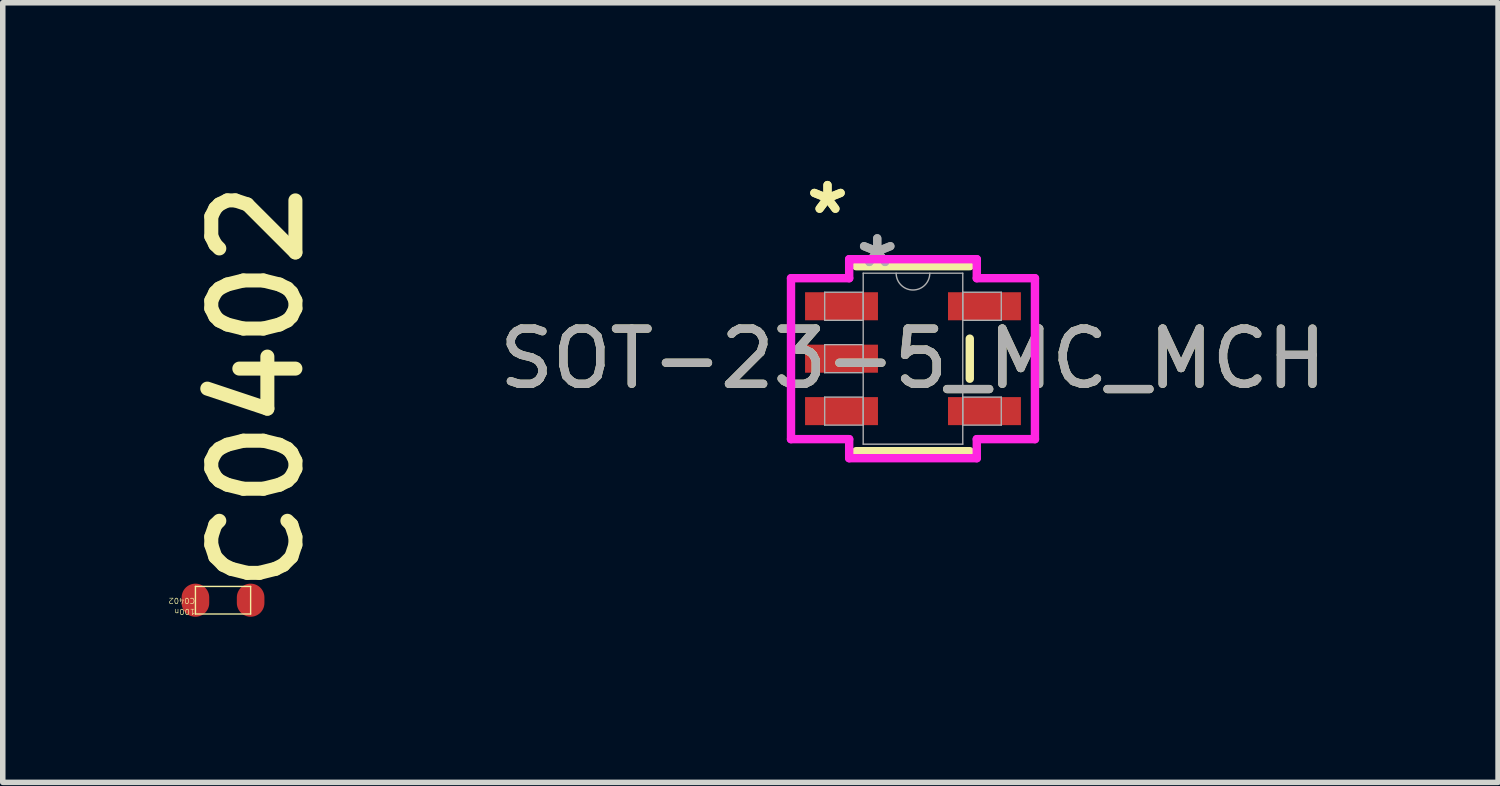
<source format=kicad_pcb>
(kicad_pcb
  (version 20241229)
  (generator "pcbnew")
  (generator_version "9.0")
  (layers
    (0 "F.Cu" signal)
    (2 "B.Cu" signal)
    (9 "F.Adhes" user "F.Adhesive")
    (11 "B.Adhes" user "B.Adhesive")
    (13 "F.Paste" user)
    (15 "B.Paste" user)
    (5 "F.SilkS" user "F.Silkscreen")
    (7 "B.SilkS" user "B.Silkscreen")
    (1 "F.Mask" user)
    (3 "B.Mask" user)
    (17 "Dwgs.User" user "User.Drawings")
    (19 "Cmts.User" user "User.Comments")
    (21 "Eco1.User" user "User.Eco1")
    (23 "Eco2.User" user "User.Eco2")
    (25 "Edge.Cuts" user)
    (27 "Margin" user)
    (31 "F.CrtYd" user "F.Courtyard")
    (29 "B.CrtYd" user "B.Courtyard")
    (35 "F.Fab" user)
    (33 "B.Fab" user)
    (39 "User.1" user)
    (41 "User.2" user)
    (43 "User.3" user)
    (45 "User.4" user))
  (footprint "C0402"
    (layer "F.Cu")
    (at 0.991 7.825)
    (property "Reference" "C0402" (at 1.511 -0.038 90) (unlocked yes) (layer "F.SilkS") (effects (font (size 1.524 1.524) (thickness 0.254)) (justify left bottom)))
    (property "Value" "100n" (at -3.035 -0.038 90) (unlocked yes) (layer "F.SilkS") (hide yes) (effects (font (size 1.524 1.524) (thickness 0.254)) (justify left bottom)))
    (fp_line (start -0.5 -0.25) (end -0.5 0.25) (stroke (width 0.025) (type solid)) (layer "F.SilkS"))
    (fp_line (start -0.5 -0.25) (end 0.5 -0.25) (stroke (width 0.025) (type solid)) (layer "F.SilkS"))
    (fp_line (start -0.5 0.25) (end 0.5 0.25) (stroke (width 0.025) (type solid)) (layer "F.SilkS"))
    (fp_line (start 0.5 -0.25) (end 0.5 0.25) (stroke (width 0.025) (type solid)) (layer "F.SilkS"))
    (fp_text user "${REFERENCE}" (at -0.5 -0.05 180) (unlocked yes) (layer "F.SilkS") (effects (font (size 0.1 0.1) (thickness 0.01)) (justify left bottom)))
    (fp_text user "${VALUE}" (at -0.5 0.15 180) (unlocked yes) (layer "F.SilkS") (effects (font (size 0.1 0.1) (thickness 0.01)) (justify left bottom)))
    (pad "1" smd oval (at -0.5 0 180) (size 0.5 0.6) (layers "F.Cu" "F.Mask" "F.Paste"))
    (pad "2" smd oval (at 0.5 0 180) (size 0.5 0.6) (layers "F.Cu" "F.Mask" "F.Paste")))
  (footprint "SOT-23-5_MC_MCH"
    (layer "F.Cu")
    (at 13.492 3.449)
    (property "Reference" "SOT-23-5_MC_MCH" (at 0 0 0) (unlocked yes) (layer "F.SilkS") (effects (font (size 1 1) (thickness 0.15))))
    (attr smd)
    (fp_line (start -1.029 1.676) (end 1.029 1.676) (stroke (width 0.152) (type solid)) (layer "F.SilkS"))
    (fp_line (start 1.029 -1.676) (end -1.029 -1.676) (stroke (width 0.152) (type solid)) (layer "F.SilkS"))
    (fp_line (start 1.029 0.363) (end 1.029 -0.363) (stroke (width 0.152) (type solid)) (layer "F.SilkS"))
    (fp_line (start -2.21 -1.458) (end -1.156 -1.458) (stroke (width 0.152) (type solid)) (layer "F.CrtYd"))
    (fp_line (start -2.21 1.458) (end -2.21 -1.458) (stroke (width 0.152) (type solid)) (layer "F.CrtYd"))
    (fp_line (start -1.156 -1.803) (end 1.156 -1.803) (stroke (width 0.152) (type solid)) (layer "F.CrtYd"))
    (fp_line (start -1.156 -1.458) (end -1.156 -1.803) (stroke (width 0.152) (type solid)) (layer "F.CrtYd"))
    (fp_line (start -1.156 1.458) (end -2.21 1.458) (stroke (width 0.152) (type solid)) (layer "F.CrtYd"))
    (fp_line (start -1.156 1.803) (end -1.156 1.458) (stroke (width 0.152) (type solid)) (layer "F.CrtYd"))
    (fp_line (start 1.156 -1.803) (end 1.156 -1.458) (stroke (width 0.152) (type solid)) (layer "F.CrtYd"))
    (fp_line (start 1.156 -1.458) (end 2.21 -1.458) (stroke (width 0.152) (type solid)) (layer "F.CrtYd"))
    (fp_line (start 1.156 1.458) (end 1.156 1.803) (stroke (width 0.152) (type solid)) (layer "F.CrtYd"))
    (fp_line (start 1.156 1.803) (end -1.156 1.803) (stroke (width 0.152) (type solid)) (layer "F.CrtYd"))
    (fp_line (start 2.21 -1.458) (end 2.21 1.458) (stroke (width 0.152) (type solid)) (layer "F.CrtYd"))
    (fp_line (start 2.21 1.458) (end 1.156 1.458) (stroke (width 0.152) (type solid)) (layer "F.CrtYd"))
    (fp_line (start -1.6 -1.204) (end -1.6 -0.696) (stroke (width 0.025) (type solid)) (layer "F.Fab"))
    (fp_line (start -1.6 -0.696) (end -0.902 -0.696) (stroke (width 0.025) (type solid)) (layer "F.Fab"))
    (fp_line (start -1.6 -0.254) (end -1.6 0.254) (stroke (width 0.025) (type solid)) (layer "F.Fab"))
    (fp_line (start -1.6 0.254) (end -0.902 0.254) (stroke (width 0.025) (type solid)) (layer "F.Fab"))
    (fp_line (start -1.6 0.696) (end -1.6 1.204) (stroke (width 0.025) (type solid)) (layer "F.Fab"))
    (fp_line (start -1.6 1.204) (end -0.902 1.204) (stroke (width 0.025) (type solid)) (layer "F.Fab"))
    (fp_line (start -0.902 -1.549) (end -0.902 1.549) (stroke (width 0.025) (type solid)) (layer "F.Fab"))
    (fp_line (start -0.902 -1.204) (end -1.6 -1.204) (stroke (width 0.025) (type solid)) (layer "F.Fab"))
    (fp_line (start -0.902 -0.696) (end -0.902 -1.204) (stroke (width 0.025) (type solid)) (layer "F.Fab"))
    (fp_line (start -0.902 -0.254) (end -1.6 -0.254) (stroke (width 0.025) (type solid)) (layer "F.Fab"))
    (fp_line (start -0.902 0.254) (end -0.902 -0.254) (stroke (width 0.025) (type solid)) (layer "F.Fab"))
    (fp_line (start -0.902 0.696) (end -1.6 0.696) (stroke (width 0.025) (type solid)) (layer "F.Fab"))
    (fp_line (start -0.902 1.204) (end -0.902 0.696) (stroke (width 0.025) (type solid)) (layer "F.Fab"))
    (fp_line (start -0.902 1.549) (end 0.902 1.549) (stroke (width 0.025) (type solid)) (layer "F.Fab"))
    (fp_line (start 0.902 -1.549) (end -0.902 -1.549) (stroke (width 0.025) (type solid)) (layer "F.Fab"))
    (fp_line (start 0.902 -1.204) (end 0.902 -0.696) (stroke (width 0.025) (type solid)) (layer "F.Fab"))
    (fp_line (start 0.902 -0.696) (end 1.6 -0.696) (stroke (width 0.025) (type solid)) (layer "F.Fab"))
    (fp_line (start 0.902 0.696) (end 0.902 1.204) (stroke (width 0.025) (type solid)) (layer "F.Fab"))
    (fp_line (start 0.902 1.204) (end 1.6 1.204) (stroke (width 0.025) (type solid)) (layer "F.Fab"))
    (fp_line (start 0.902 1.549) (end 0.902 -1.549) (stroke (width 0.025) (type solid)) (layer "F.Fab"))
    (fp_line (start 1.6 -1.204) (end 0.902 -1.204) (stroke (width 0.025) (type solid)) (layer "F.Fab"))
    (fp_line (start 1.6 -0.696) (end 1.6 -1.204) (stroke (width 0.025) (type solid)) (layer "F.Fab"))
    (fp_line (start 1.6 0.696) (end 0.902 0.696) (stroke (width 0.025) (type solid)) (layer "F.Fab"))
    (fp_line (start 1.6 1.204) (end 1.6 0.696) (stroke (width 0.025) (type solid)) (layer "F.Fab"))
    (fp_arc (start 0.3048 -1.5494) (mid 0 -1.2446) (end -0.3048 -1.5494) (stroke (width 0.0254) (type solid)) (layer "F.Fab"))
    (fp_text user "*" (at -1.549 -2.601 0) (unlocked yes) (layer "F.SilkS") (effects (font (size 1 1) (thickness 0.15))))
    (fp_text user "*" (at -1.549 -2.601 0) (layer "F.SilkS") (effects (font (size 1 1) (thickness 0.15))))
    (fp_text user "${REFERENCE}" (at 0 0 0) (unlocked yes) (layer "F.Fab") (effects (font (size 1 1) (thickness 0.15))))
    (fp_text user "*" (at -0.648 -1.636 0) (layer "F.Fab") (effects (font (size 1 1) (thickness 0.15))))
    (fp_text user "*" (at -0.648 -1.636 0) (unlocked yes) (layer "F.Fab") (effects (font (size 1 1) (thickness 0.15))))
    (pad "1" smd rect (at -1.295 -0.95) (size 1.321 0.508) (layers "F.Cu" "F.Mask" "F.Paste"))
    (pad "2" smd rect (at -1.295 0) (size 1.321 0.508) (layers "F.Cu" "F.Mask" "F.Paste"))
    (pad "3" smd rect (at -1.295 0.95) (size 1.321 0.508) (layers "F.Cu" "F.Mask" "F.Paste"))
    (pad "4" smd rect (at 1.295 0.95) (size 1.321 0.508) (layers "F.Cu" "F.Mask" "F.Paste"))
    (pad "5" smd rect (at 1.295 -0.95) (size 1.321 0.508) (layers "F.Cu" "F.Mask" "F.Paste")))
  (gr_rect
    (start -3 -3)
    (end 24.093 11.125)
    (stroke (width 0.1) (type default))
    (fill no)
    (layer "Edge.Cuts")))
</source>
